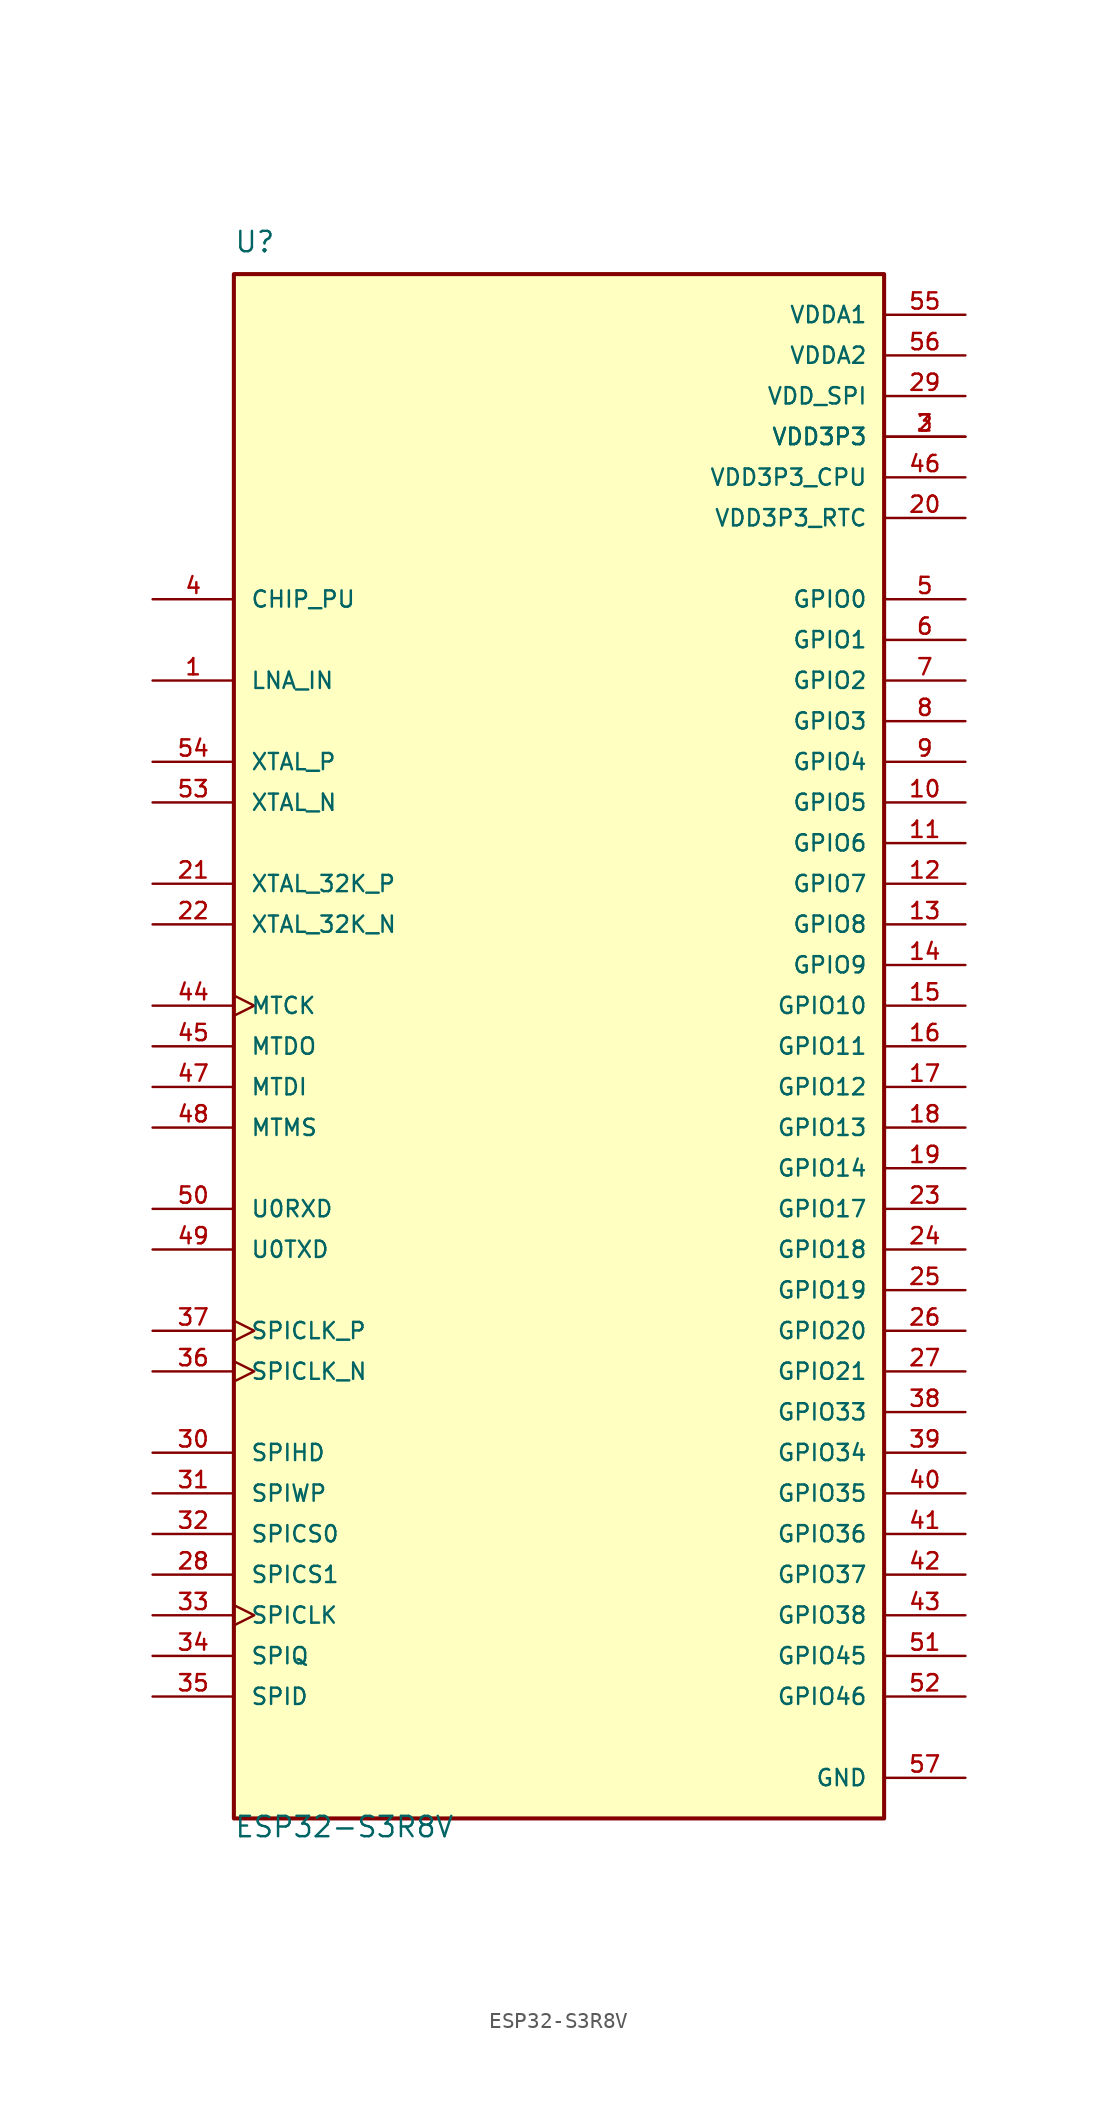
<source format=kicad_sym>
(kicad_symbol_lib
  (version 20211014)
  (generator kicad_symbol_editor)
  (symbol "ESP32-S3R8V"
    (pin_names
      (offset 1.016))
    (property "Reference" "U"
      (at -20.32 49.53 0)
      (effects (font (size 1.27 1.27)) (justify left bottom)))
    (property "Value" "ESP32-S3R8V"
      (at -20.32 -49.53 0)
      (effects (font (size 1.27 1.27)) (justify left bottom)))
    (symbol "ESP32-S3R8V_0_0"
      (rectangle (start -20.32 -48.26) (end 20.32 48.26) (stroke (width 0.254) (type default) (color 0 0 0 0)) (fill (type background)))
      (pin bidirectional line (at -25.4 22.86 0) (length 5.08) (name "LNA_IN" (effects (font (size 1.016 1.016)))) (number "1" (effects (font (size 1.016 1.016)))))
      (pin bidirectional line (at 25.4 15.24 180) (length 5.08) (name "GPIO5" (effects (font (size 1.016 1.016)))) (number "10" (effects (font (size 1.016 1.016)))))
      (pin bidirectional line (at 25.4 12.7 180) (length 5.08) (name "GPIO6" (effects (font (size 1.016 1.016)))) (number "11" (effects (font (size 1.016 1.016)))))
      (pin bidirectional line (at 25.4 10.16 180) (length 5.08) (name "GPIO7" (effects (font (size 1.016 1.016)))) (number "12" (effects (font (size 1.016 1.016)))))
      (pin bidirectional line (at 25.4 7.62 180) (length 5.08) (name "GPIO8" (effects (font (size 1.016 1.016)))) (number "13" (effects (font (size 1.016 1.016)))))
      (pin bidirectional line (at 25.4 5.08 180) (length 5.08) (name "GPIO9" (effects (font (size 1.016 1.016)))) (number "14" (effects (font (size 1.016 1.016)))))
      (pin bidirectional line (at 25.4 2.54 180) (length 5.08) (name "GPIO10" (effects (font (size 1.016 1.016)))) (number "15" (effects (font (size 1.016 1.016)))))
      (pin bidirectional line (at 25.4 0 180) (length 5.08) (name "GPIO11" (effects (font (size 1.016 1.016)))) (number "16" (effects (font (size 1.016 1.016)))))
      (pin bidirectional line (at 25.4 -2.54 180) (length 5.08) (name "GPIO12" (effects (font (size 1.016 1.016)))) (number "17" (effects (font (size 1.016 1.016)))))
      (pin bidirectional line (at 25.4 -5.08 180) (length 5.08) (name "GPIO13" (effects (font (size 1.016 1.016)))) (number "18" (effects (font (size 1.016 1.016)))))
      (pin bidirectional line (at 25.4 -7.62 180) (length 5.08) (name "GPIO14" (effects (font (size 1.016 1.016)))) (number "19" (effects (font (size 1.016 1.016)))))
      (pin power_in line (at 25.4 38.1 180) (length 5.08) (name "VDD3P3" (effects (font (size 1.016 1.016)))) (number "2" (effects (font (size 1.016 1.016)))))
      (pin power_in line (at 25.4 33.02 180) (length 5.08) (name "VDD3P3_RTC" (effects (font (size 1.016 1.016)))) (number "20" (effects (font (size 1.016 1.016)))))
      (pin bidirectional line (at -25.4 10.16 0) (length 5.08) (name "XTAL_32K_P" (effects (font (size 1.016 1.016)))) (number "21" (effects (font (size 1.016 1.016)))))
      (pin bidirectional line (at -25.4 7.62 0) (length 5.08) (name "XTAL_32K_N" (effects (font (size 1.016 1.016)))) (number "22" (effects (font (size 1.016 1.016)))))
      (pin bidirectional line (at 25.4 -10.16 180) (length 5.08) (name "GPIO17" (effects (font (size 1.016 1.016)))) (number "23" (effects (font (size 1.016 1.016)))))
      (pin bidirectional line (at 25.4 -12.7 180) (length 5.08) (name "GPIO18" (effects (font (size 1.016 1.016)))) (number "24" (effects (font (size 1.016 1.016)))))
      (pin bidirectional line (at 25.4 -15.24 180) (length 5.08) (name "GPIO19" (effects (font (size 1.016 1.016)))) (number "25" (effects (font (size 1.016 1.016)))))
      (pin bidirectional line (at 25.4 -17.78 180) (length 5.08) (name "GPIO20" (effects (font (size 1.016 1.016)))) (number "26" (effects (font (size 1.016 1.016)))))
      (pin bidirectional line (at 25.4 -20.32 180) (length 5.08) (name "GPIO21" (effects (font (size 1.016 1.016)))) (number "27" (effects (font (size 1.016 1.016)))))
      (pin bidirectional line (at -25.4 -33.02 0) (length 5.08) (name "SPICS1" (effects (font (size 1.016 1.016)))) (number "28" (effects (font (size 1.016 1.016)))))
      (pin power_in line (at 25.4 40.64 180) (length 5.08) (name "VDD_SPI" (effects (font (size 1.016 1.016)))) (number "29" (effects (font (size 1.016 1.016)))))
      (pin power_in line (at 25.4 38.1 180) (length 5.08) (name "VDD3P3" (effects (font (size 1.016 1.016)))) (number "3" (effects (font (size 1.016 1.016)))))
      (pin bidirectional line (at -25.4 -25.4 0) (length 5.08) (name "SPIHD" (effects (font (size 1.016 1.016)))) (number "30" (effects (font (size 1.016 1.016)))))
      (pin bidirectional line (at -25.4 -27.94 0) (length 5.08) (name "SPIWP" (effects (font (size 1.016 1.016)))) (number "31" (effects (font (size 1.016 1.016)))))
      (pin bidirectional line (at -25.4 -30.48 0) (length 5.08) (name "SPICS0" (effects (font (size 1.016 1.016)))) (number "32" (effects (font (size 1.016 1.016)))))
      (pin bidirectional clock (at -25.4 -35.56 0) (length 5.08) (name "SPICLK" (effects (font (size 1.016 1.016)))) (number "33" (effects (font (size 1.016 1.016)))))
      (pin bidirectional line (at -25.4 -38.1 0) (length 5.08) (name "SPIQ" (effects (font (size 1.016 1.016)))) (number "34" (effects (font (size 1.016 1.016)))))
      (pin bidirectional line (at -25.4 -40.64 0) (length 5.08) (name "SPID" (effects (font (size 1.016 1.016)))) (number "35" (effects (font (size 1.016 1.016)))))
      (pin bidirectional clock (at -25.4 -20.32 0) (length 5.08) (name "SPICLK_N" (effects (font (size 1.016 1.016)))) (number "36" (effects (font (size 1.016 1.016)))))
      (pin bidirectional clock (at -25.4 -17.78 0) (length 5.08) (name "SPICLK_P" (effects (font (size 1.016 1.016)))) (number "37" (effects (font (size 1.016 1.016)))))
      (pin bidirectional line (at 25.4 -22.86 180) (length 5.08) (name "GPIO33" (effects (font (size 1.016 1.016)))) (number "38" (effects (font (size 1.016 1.016)))))
      (pin bidirectional line (at 25.4 -25.4 180) (length 5.08) (name "GPIO34" (effects (font (size 1.016 1.016)))) (number "39" (effects (font (size 1.016 1.016)))))
      (pin input line (at -25.4 27.94 0) (length 5.08) (name "CHIP_PU" (effects (font (size 1.016 1.016)))) (number "4" (effects (font (size 1.016 1.016)))))
      (pin bidirectional line (at 25.4 -27.94 180) (length 5.08) (name "GPIO35" (effects (font (size 1.016 1.016)))) (number "40" (effects (font (size 1.016 1.016)))))
      (pin bidirectional line (at 25.4 -30.48 180) (length 5.08) (name "GPIO36" (effects (font (size 1.016 1.016)))) (number "41" (effects (font (size 1.016 1.016)))))
      (pin bidirectional line (at 25.4 -33.02 180) (length 5.08) (name "GPIO37" (effects (font (size 1.016 1.016)))) (number "42" (effects (font (size 1.016 1.016)))))
      (pin bidirectional line (at 25.4 -35.56 180) (length 5.08) (name "GPIO38" (effects (font (size 1.016 1.016)))) (number "43" (effects (font (size 1.016 1.016)))))
      (pin bidirectional clock (at -25.4 2.54 0) (length 5.08) (name "MTCK" (effects (font (size 1.016 1.016)))) (number "44" (effects (font (size 1.016 1.016)))))
      (pin bidirectional line (at -25.4 0 0) (length 5.08) (name "MTDO" (effects (font (size 1.016 1.016)))) (number "45" (effects (font (size 1.016 1.016)))))
      (pin power_in line (at 25.4 35.56 180) (length 5.08) (name "VDD3P3_CPU" (effects (font (size 1.016 1.016)))) (number "46" (effects (font (size 1.016 1.016)))))
      (pin bidirectional line (at -25.4 -2.54 0) (length 5.08) (name "MTDI" (effects (font (size 1.016 1.016)))) (number "47" (effects (font (size 1.016 1.016)))))
      (pin bidirectional line (at -25.4 -5.08 0) (length 5.08) (name "MTMS" (effects (font (size 1.016 1.016)))) (number "48" (effects (font (size 1.016 1.016)))))
      (pin bidirectional line (at -25.4 -12.7 0) (length 5.08) (name "U0TXD" (effects (font (size 1.016 1.016)))) (number "49" (effects (font (size 1.016 1.016)))))
      (pin bidirectional line (at 25.4 27.94 180) (length 5.08) (name "GPIO0" (effects (font (size 1.016 1.016)))) (number "5" (effects (font (size 1.016 1.016)))))
      (pin bidirectional line (at -25.4 -10.16 0) (length 5.08) (name "U0RXD" (effects (font (size 1.016 1.016)))) (number "50" (effects (font (size 1.016 1.016)))))
      (pin bidirectional line (at 25.4 -38.1 180) (length 5.08) (name "GPIO45" (effects (font (size 1.016 1.016)))) (number "51" (effects (font (size 1.016 1.016)))))
      (pin bidirectional line (at 25.4 -40.64 180) (length 5.08) (name "GPIO46" (effects (font (size 1.016 1.016)))) (number "52" (effects (font (size 1.016 1.016)))))
      (pin output line (at -25.4 15.24 0) (length 5.08) (name "XTAL_N" (effects (font (size 1.016 1.016)))) (number "53" (effects (font (size 1.016 1.016)))))
      (pin input line (at -25.4 17.78 0) (length 5.08) (name "XTAL_P" (effects (font (size 1.016 1.016)))) (number "54" (effects (font (size 1.016 1.016)))))
      (pin power_in line (at 25.4 45.72 180) (length 5.08) (name "VDDA1" (effects (font (size 1.016 1.016)))) (number "55" (effects (font (size 1.016 1.016)))))
      (pin power_in line (at 25.4 43.18 180) (length 5.08) (name "VDDA2" (effects (font (size 1.016 1.016)))) (number "56" (effects (font (size 1.016 1.016)))))
      (pin power_in line (at 25.4 -45.72 180) (length 5.08) (name "GND" (effects (font (size 1.016 1.016)))) (number "57" (effects (font (size 1.016 1.016)))))
      (pin bidirectional line (at 25.4 25.4 180) (length 5.08) (name "GPIO1" (effects (font (size 1.016 1.016)))) (number "6" (effects (font (size 1.016 1.016)))))
      (pin bidirectional line (at 25.4 22.86 180) (length 5.08) (name "GPIO2" (effects (font (size 1.016 1.016)))) (number "7" (effects (font (size 1.016 1.016)))))
      (pin bidirectional line (at 25.4 20.32 180) (length 5.08) (name "GPIO3" (effects (font (size 1.016 1.016)))) (number "8" (effects (font (size 1.016 1.016)))))
      (pin bidirectional line (at 25.4 17.78 180) (length 5.08) (name "GPIO4" (effects (font (size 1.016 1.016)))) (number "9" (effects (font (size 1.016 1.016))))))))
</source>
